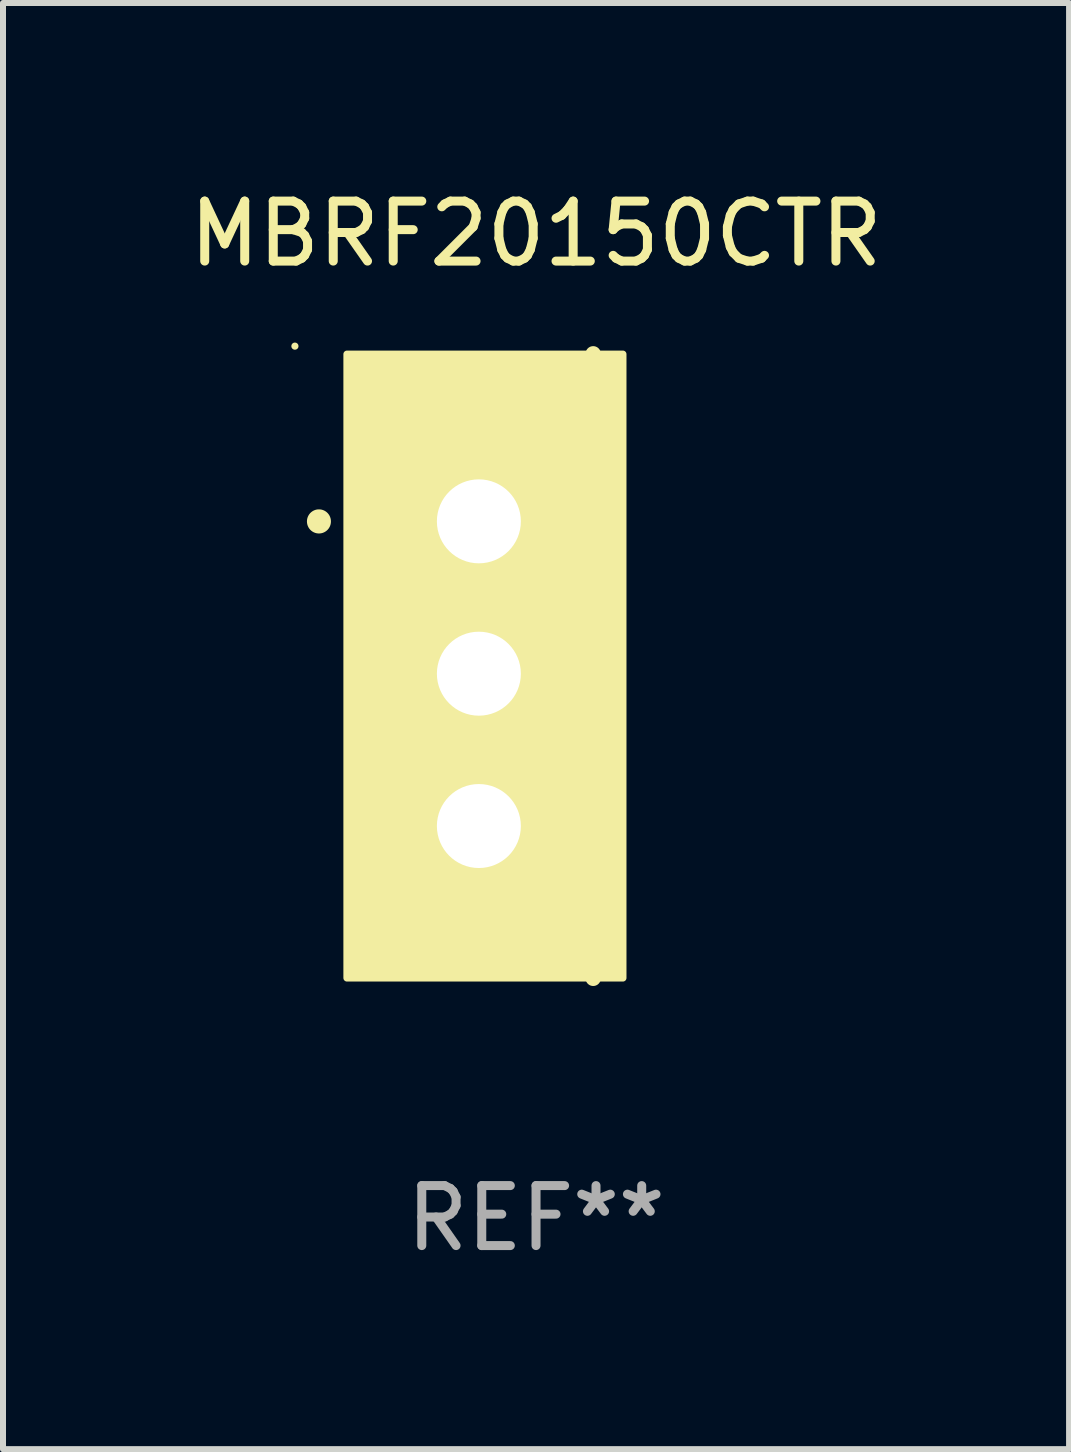
<source format=kicad_pcb>
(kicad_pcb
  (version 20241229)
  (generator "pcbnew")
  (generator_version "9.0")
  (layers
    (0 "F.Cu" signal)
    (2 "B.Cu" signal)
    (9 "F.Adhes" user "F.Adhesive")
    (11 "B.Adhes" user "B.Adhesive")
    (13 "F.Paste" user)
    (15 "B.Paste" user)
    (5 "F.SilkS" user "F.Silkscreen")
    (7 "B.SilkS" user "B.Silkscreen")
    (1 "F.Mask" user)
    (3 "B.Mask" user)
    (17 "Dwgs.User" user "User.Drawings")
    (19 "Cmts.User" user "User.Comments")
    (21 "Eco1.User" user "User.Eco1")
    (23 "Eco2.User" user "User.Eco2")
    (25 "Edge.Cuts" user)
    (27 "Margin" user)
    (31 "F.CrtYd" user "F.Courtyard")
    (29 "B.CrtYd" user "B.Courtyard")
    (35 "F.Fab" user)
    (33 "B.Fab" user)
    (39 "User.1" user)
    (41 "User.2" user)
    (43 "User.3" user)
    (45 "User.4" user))
  (footprint "MBRF20150CTR"
    (layer "F.Cu")
    (at 5.887 8.055)
    (property "Reference" "MBRF20150CTR" (at 0 -7.207 0) (layer "F.SilkS") (effects (font (size 1 1) (thickness 0.15))))
    (attr through_hole)
    (fp_line (start 0.953 5.207) (end 0.953 -5.207) (stroke (width 0.254) (type solid)) (layer "F.SilkS"))
    (fp_arc (start -3.619507 -2.410465) (mid -3.619511 -2.411735) (end -3.619507 -2.413005) (stroke (width 0.4) (type solid)) (layer "F.SilkS"))
    (fp_circle (center -4.02 -5.334) (end -3.99 -5.334) (stroke (width 0.06) (type solid)) (fill no) (layer "F.SilkS"))
    (fp_poly (pts (xy -3.152 -5.2) (xy 1.448 -5.2) (xy 1.448 5.2) (xy -3.152 5.2)) (stroke (width 0.12) (type solid)) (fill yes) (layer "F.SilkS"))
    (fp_text user "REF**" (at 0 9.207 0) (layer "F.Fab") (effects (font (size 1 1) (thickness 0.15))))
    (pad "1" thru_hole rect (at -0.953 -2.413 270) (size 2 2.5) (drill 1.4) (layers "*.Cu" "*.Mask"))
    (pad "2" thru_hole oval (at -0.953 0.127 270) (size 2 2.5) (drill 1.4) (layers "*.Cu" "*.Mask"))
    (pad "3" thru_hole oval (at -0.953 2.667 270) (size 2 2.5) (drill 1.4) (layers "*.Cu" "*.Mask")))
  (gr_rect
    (start -3 -3)
    (end 14.774 21.111)
    (stroke (width 0.1) (type default))
    (fill no)
    (layer "Edge.Cuts")))
</source>
